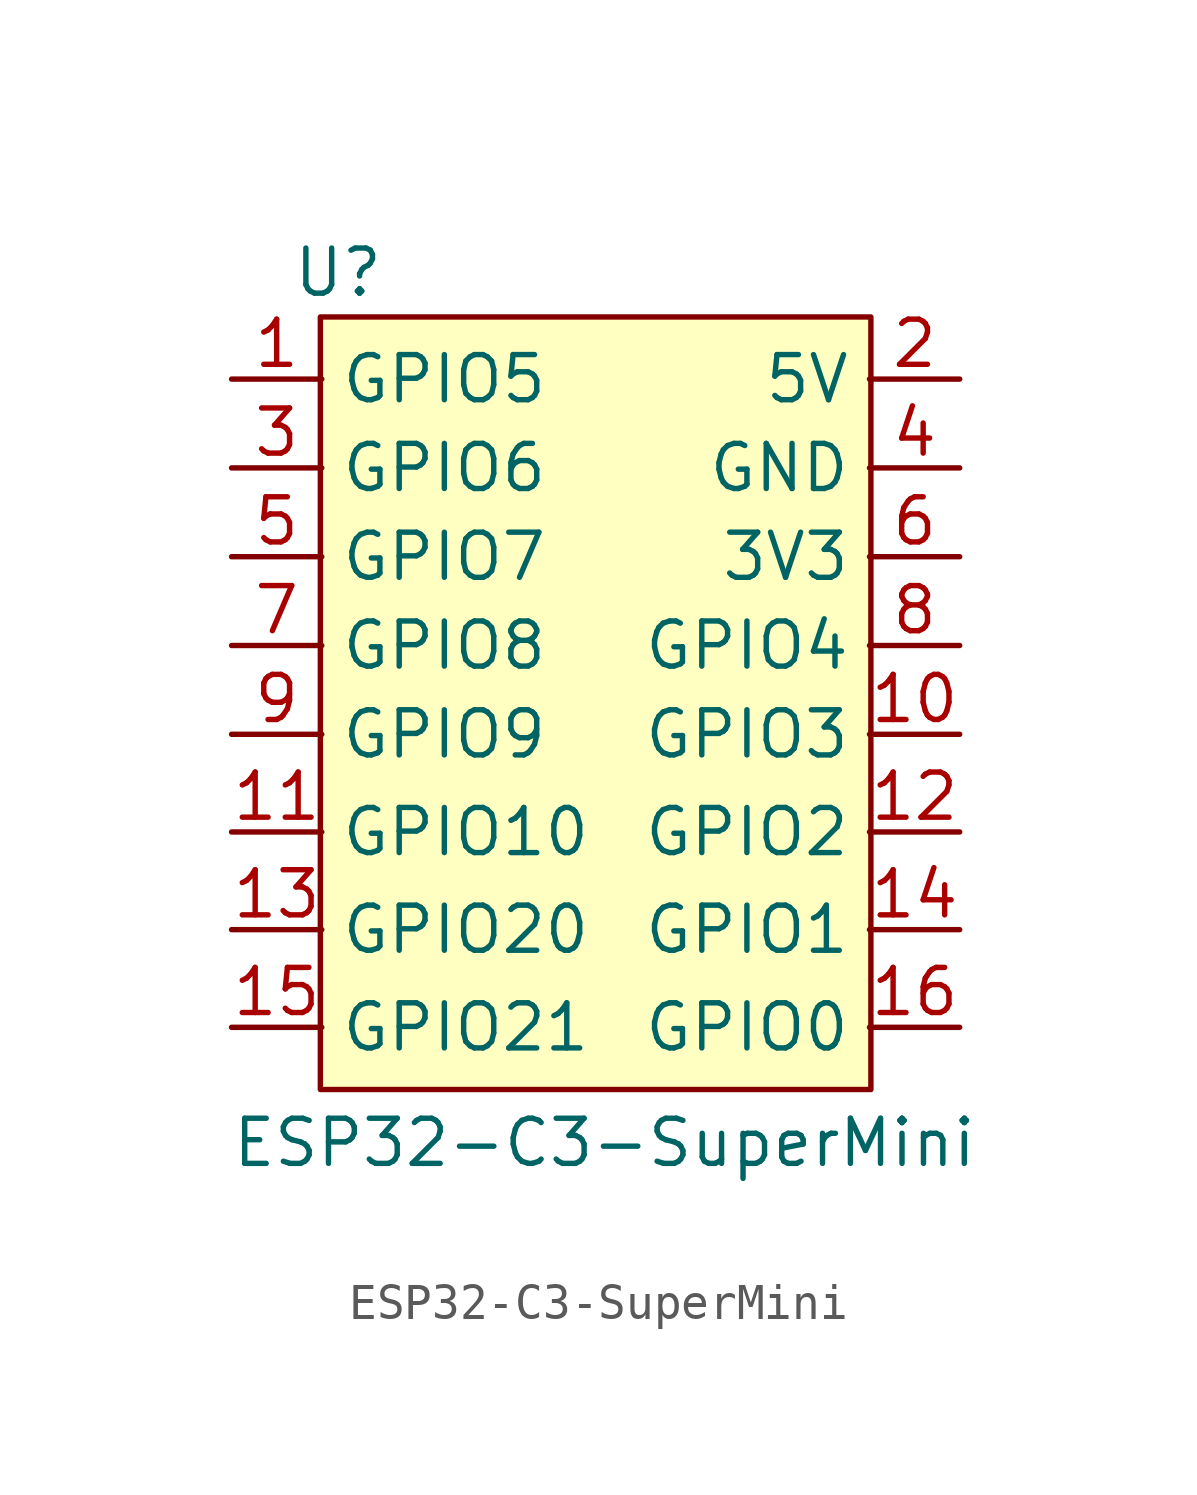
<source format=kicad_sym>
(kicad_symbol_lib
  (version 20231120)
  (generator "kicad_symbol_editor")
  (generator_version "8.0")
  (symbol "ESP32-C3-SuperMini"
    (property "Reference" "U"
      (at 4 11.25 0)
      (effects (font (size 1.27 1.27))))
    (property "Value" "ESP32-C3-SuperMini"
      (at 11.5 -13.25 0)
      (effects (font (size 1.27 1.27))))
    (symbol "ESP32-C3-SuperMini_1_1"
      (rectangle (start 3.5 10) (end 19 -11.75) (stroke (width 0) (type default)) (fill (type background)))
      (pin bidirectional line (at 1 8.25 0) (length 2.54) (name "GPIO5" (effects (font (size 1.27 1.27)))) (number "1" (effects (font (size 1.27 1.27)))))
      (pin bidirectional line (at 21.5 -1.75 180) (length 2.54) (name "GPIO3" (effects (font (size 1.27 1.27)))) (number "10" (effects (font (size 1.27 1.27)))))
      (pin bidirectional line (at 1 -4.5 0) (length 2.54) (name "GPIO10" (effects (font (size 1.27 1.27)))) (number "11" (effects (font (size 1.27 1.27)))))
      (pin bidirectional line (at 21.5 -4.5 180) (length 2.54) (name "GPIO2" (effects (font (size 1.27 1.27)))) (number "12" (effects (font (size 1.27 1.27)))))
      (pin bidirectional line (at 1 -7.25 0) (length 2.54) (name "GPIO20" (effects (font (size 1.27 1.27)))) (number "13" (effects (font (size 1.27 1.27)))))
      (pin bidirectional line (at 21.5 -7.25 180) (length 2.54) (name "GPIO1" (effects (font (size 1.27 1.27)))) (number "14" (effects (font (size 1.27 1.27)))))
      (pin bidirectional line (at 1 -10 0) (length 2.54) (name "GPIO21" (effects (font (size 1.27 1.27)))) (number "15" (effects (font (size 1.27 1.27)))))
      (pin bidirectional line (at 21.5 -10 180) (length 2.54) (name "GPIO0" (effects (font (size 1.27 1.27)))) (number "16" (effects (font (size 1.27 1.27)))))
      (pin power_in line (at 21.5 8.25 180) (length 2.54) (name "5V" (effects (font (size 1.27 1.27)))) (number "2" (effects (font (size 1.27 1.27)))))
      (pin bidirectional line (at 1 5.75 0) (length 2.54) (name "GPIO6" (effects (font (size 1.27 1.27)))) (number "3" (effects (font (size 1.27 1.27)))))
      (pin power_out line (at 21.5 5.75 180) (length 2.54) (name "GND" (effects (font (size 1.27 1.27)))) (number "4" (effects (font (size 1.27 1.27)))))
      (pin bidirectional line (at 1 3.25 0) (length 2.54) (name "GPIO7" (effects (font (size 1.27 1.27)))) (number "5" (effects (font (size 1.27 1.27)))))
      (pin bidirectional line (at 21.5 3.25 180) (length 2.54) (name "3V3" (effects (font (size 1.27 1.27)))) (number "6" (effects (font (size 1.27 1.27)))))
      (pin bidirectional line (at 1 0.75 0) (length 2.54) (name "GPIO8" (effects (font (size 1.27 1.27)))) (number "7" (effects (font (size 1.27 1.27)))))
      (pin bidirectional line (at 21.5 0.75 180) (length 2.54) (name "GPIO4" (effects (font (size 1.27 1.27)))) (number "8" (effects (font (size 1.27 1.27)))))
      (pin bidirectional line (at 1 -1.75 0) (length 2.54) (name "GPIO9" (effects (font (size 1.27 1.27)))) (number "9" (effects (font (size 1.27 1.27))))))))
</source>
